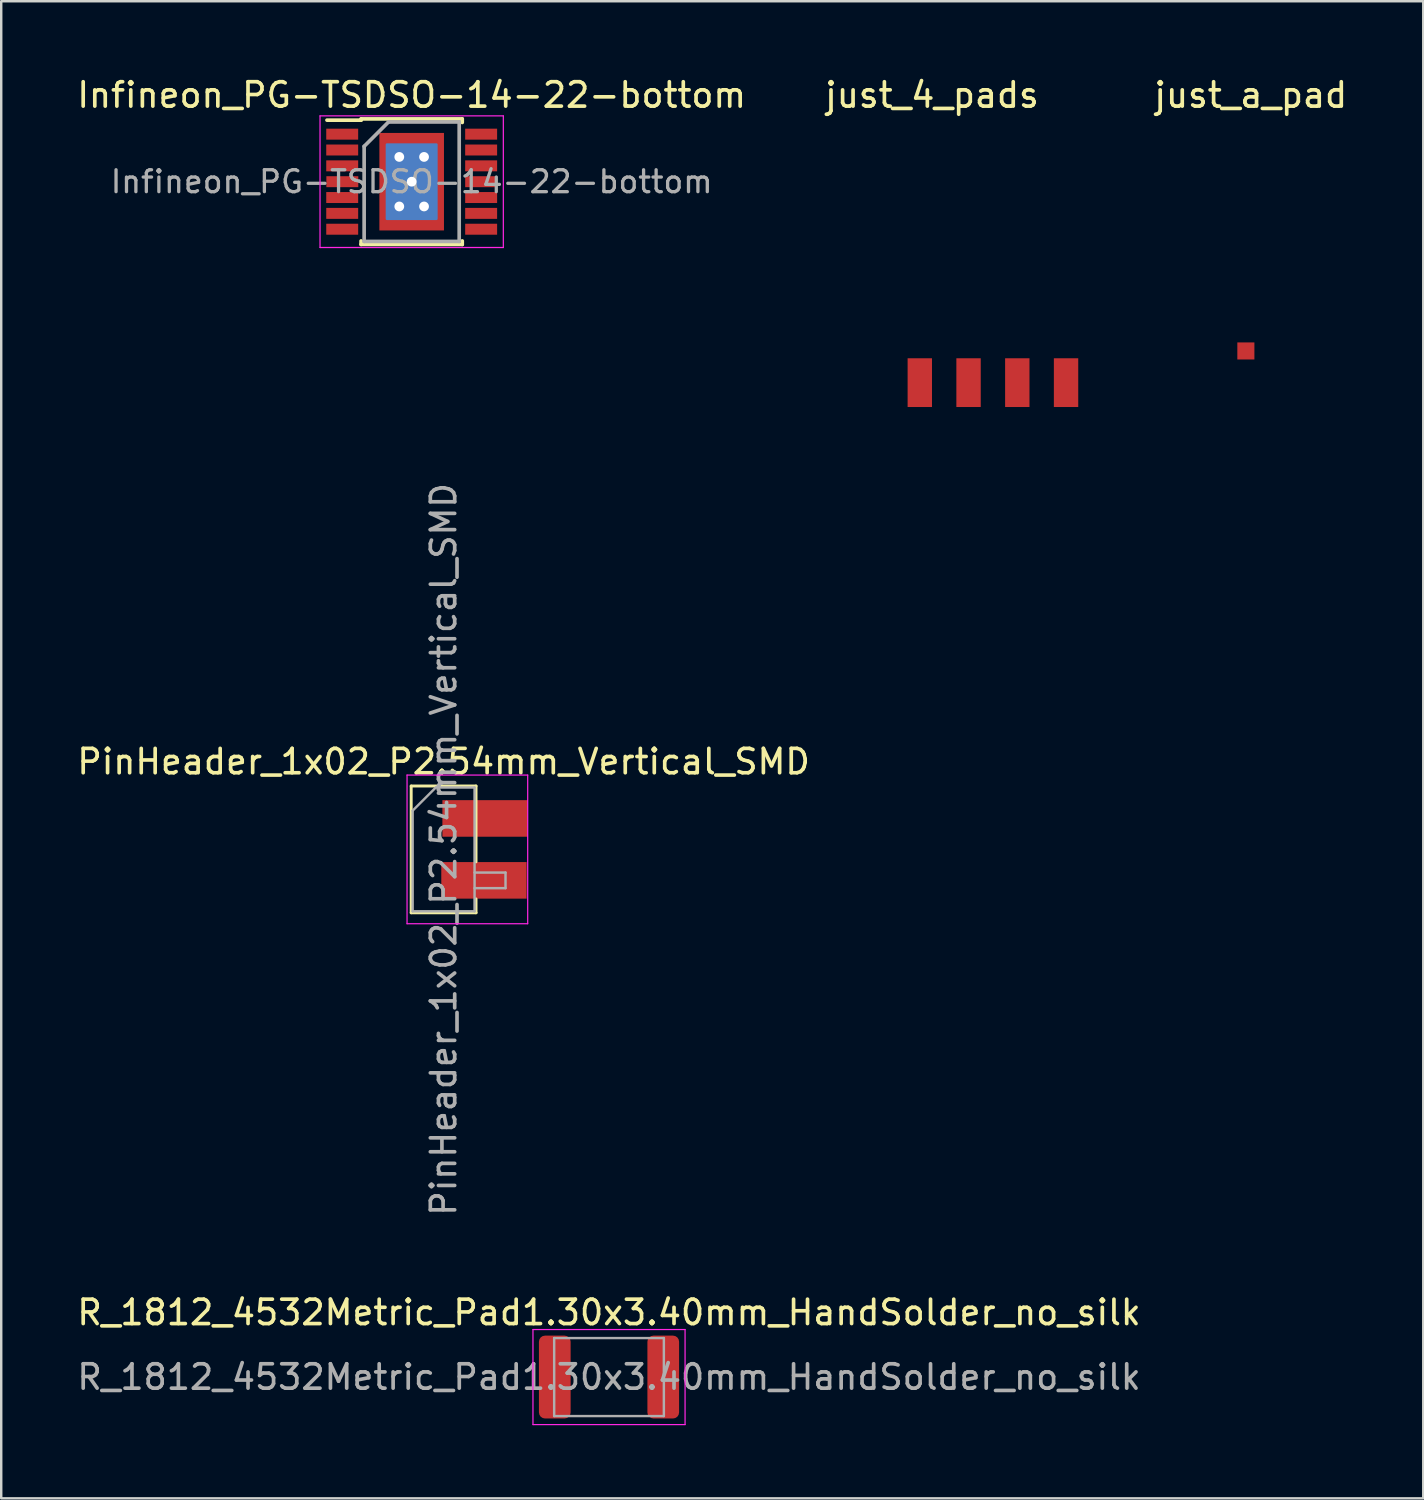
<source format=kicad_pcb>
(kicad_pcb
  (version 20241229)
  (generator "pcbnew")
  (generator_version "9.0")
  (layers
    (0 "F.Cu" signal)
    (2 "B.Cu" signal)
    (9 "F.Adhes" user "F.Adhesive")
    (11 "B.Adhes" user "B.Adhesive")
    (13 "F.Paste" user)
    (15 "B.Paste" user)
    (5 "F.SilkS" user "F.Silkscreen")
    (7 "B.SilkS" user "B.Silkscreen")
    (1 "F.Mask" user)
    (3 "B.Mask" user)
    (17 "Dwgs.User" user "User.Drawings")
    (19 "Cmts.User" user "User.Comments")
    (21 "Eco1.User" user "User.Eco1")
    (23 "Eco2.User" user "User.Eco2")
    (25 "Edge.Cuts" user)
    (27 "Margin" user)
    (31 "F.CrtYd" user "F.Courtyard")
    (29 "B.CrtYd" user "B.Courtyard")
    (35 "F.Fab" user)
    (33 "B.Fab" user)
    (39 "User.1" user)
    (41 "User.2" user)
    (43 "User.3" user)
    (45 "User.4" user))
  (footprint "R_1812_4532Metric_Pad1.30x3.40mm_HandSolder_no_silk"
    (layer "F.Cu")
    (at 21.935 53.444)
    (property "Reference" "R_1812_4532Metric_Pad1.30x3.40mm_HandSolder_no_silk" (at 0 -2.65 0) (layer "F.SilkS") (effects (font (size 1 1) (thickness 0.15))))
    (attr smd)
    (fp_line (start -3.12 -1.95) (end 3.12 -1.95) (stroke (width 0.05) (type solid)) (layer "F.CrtYd"))
    (fp_line (start -3.12 1.95) (end -3.12 -1.95) (stroke (width 0.05) (type solid)) (layer "F.CrtYd"))
    (fp_line (start 3.12 -1.95) (end 3.12 1.95) (stroke (width 0.05) (type solid)) (layer "F.CrtYd"))
    (fp_line (start 3.12 1.95) (end -3.12 1.95) (stroke (width 0.05) (type solid)) (layer "F.CrtYd"))
    (fp_line (start -2.25 -1.6) (end 2.25 -1.6) (stroke (width 0.1) (type solid)) (layer "F.Fab"))
    (fp_line (start -2.25 1.6) (end -2.25 -1.6) (stroke (width 0.1) (type solid)) (layer "F.Fab"))
    (fp_line (start 2.25 -1.6) (end 2.25 1.6) (stroke (width 0.1) (type solid)) (layer "F.Fab"))
    (fp_line (start 2.25 1.6) (end -2.25 1.6) (stroke (width 0.1) (type solid)) (layer "F.Fab"))
    (fp_text user "${REFERENCE}" (at 0 0 0) (layer "F.Fab") (effects (font (size 1 1) (thickness 0.15))))
    (pad "1" smd roundrect (at -2.225 0) (size 1.3 3.4) (layers "F.Cu" "F.Mask" "F.Paste") (roundrect_rratio 0.192))
    (pad "2" smd roundrect (at 2.225 0) (size 1.3 3.4) (layers "F.Cu" "F.Mask" "F.Paste") (roundrect_rratio 0.192)))
  (footprint "just_a_pad"
    (layer "F.Cu")
    (at 48.162 11.148)
    (property "Reference" "just_a_pad" (at 0.1 -10.3 0) (layer "F.SilkS") (effects (font (size 1 1) (thickness 0.15))))
    (attr through_hole)
    (pad "1" smd rect (at -0.1 0.2) (size 0.7 0.7) (layers "F.Cu" "F.Mask" "F.Paste")))
  (footprint "just_4_pads"
    (layer "F.Cu")
    (at 35.185 12.748)
    (property "Reference" "just_4_pads" (at 0 -11.9 0) (layer "F.SilkS") (effects (font (size 1 1) (thickness 0.15))))
    (attr through_hole)
    (pad "1" smd rect (at -0.5 -0.1) (size 1 2) (layers "F.Cu" "F.Mask" "F.Paste"))
    (pad "2" smd rect (at 1.5 -0.1) (size 1 2) (layers "F.Cu" "F.Mask" "F.Paste"))
    (pad "3" smd rect (at 3.5 -0.1) (size 1 2) (layers "F.Cu" "F.Mask" "F.Paste"))
    (pad "4" smd rect (at 5.5 -0.1) (size 1 2) (layers "F.Cu" "F.Mask" "F.Paste")))
  (footprint "PinHeader_1x02_P2.54mm_Vertical_SMD"
    (layer "F.Cu")
    (at 15.149 31.797)
    (property "Reference" "PinHeader_1x02_P2.54mm_Vertical_SMD" (at 0 -3.6 0) (layer "F.SilkS") (effects (font (size 1 1) (thickness 0.15))))
    (attr smd)
    (fp_line (start -1.33 -2.6) (end -1.33 2.6) (stroke (width 0.12) (type solid)) (layer "F.SilkS"))
    (fp_line (start -1.33 -2.6) (end 1.33 -2.6) (stroke (width 0.12) (type solid)) (layer "F.SilkS"))
    (fp_line (start -1.33 2.6) (end 1.33 2.6) (stroke (width 0.12) (type solid)) (layer "F.SilkS"))
    (fp_line (start 1.33 -2.6) (end 1.33 0.51) (stroke (width 0.12) (type solid)) (layer "F.SilkS"))
    (fp_line (start 1.33 2.03) (end 1.33 2.6) (stroke (width 0.12) (type solid)) (layer "F.SilkS"))
    (fp_line (start -1.5 -3.05) (end -1.5 3.05) (stroke (width 0.05) (type solid)) (layer "F.CrtYd"))
    (fp_line (start -1.5 3.05) (end 3.45 3.05) (stroke (width 0.05) (type solid)) (layer "F.CrtYd"))
    (fp_line (start 3.45 -3.05) (end -1.5 -3.05) (stroke (width 0.05) (type solid)) (layer "F.CrtYd"))
    (fp_line (start 3.45 3.05) (end 3.45 -3.05) (stroke (width 0.05) (type solid)) (layer "F.CrtYd"))
    (fp_line (start -1.27 -1.59) (end -0.32 -2.54) (stroke (width 0.1) (type solid)) (layer "F.Fab"))
    (fp_line (start -1.27 2.54) (end -1.27 -1.59) (stroke (width 0.1) (type solid)) (layer "F.Fab"))
    (fp_line (start -0.32 -2.54) (end 1.27 -2.54) (stroke (width 0.1) (type solid)) (layer "F.Fab"))
    (fp_line (start 1.27 -2.54) (end 1.27 2.54) (stroke (width 0.1) (type solid)) (layer "F.Fab"))
    (fp_line (start 1.27 0.95) (end 2.54 0.95) (stroke (width 0.1) (type solid)) (layer "F.Fab"))
    (fp_line (start 1.27 2.54) (end -1.27 2.54) (stroke (width 0.1) (type solid)) (layer "F.Fab"))
    (fp_line (start 2.54 0.95) (end 2.54 1.59) (stroke (width 0.1) (type solid)) (layer "F.Fab"))
    (fp_line (start 2.54 1.59) (end 1.27 1.59) (stroke (width 0.1) (type solid)) (layer "F.Fab"))
    (fp_text user "${REFERENCE}" (at 0 0 90) (layer "F.Fab") (effects (font (size 1 1) (thickness 0.15))))
    (pad "1" smd rect (at 1.7 -1.27) (size 3.5 1.5) (layers "F.Cu" "F.Mask" "F.Paste"))
    (pad "2" smd rect (at 1.655 1.27) (size 3.5 1.5) (layers "F.Cu" "F.Mask" "F.Paste")))
  (footprint "Infineon_PG-TSDSO-14-22-bottom"
    (layer "F.Cu")
    (at 13.839 4.404)
    (property "Reference" "Infineon_PG-TSDSO-14-22-bottom" (at 0 -3.556 0) (layer "F.SilkS") (effects (font (size 1 1) (thickness 0.15))))
    (attr smd)
    (fp_poly (pts (xy 1.016 1.524) (xy -1.016 1.524) (xy -1.016 -1.524) (xy 1.016 -1.524)) (stroke (width 0.1) (type solid)) (fill yes) (layer "B.Cu"))
    (fp_poly (pts (xy 1.016 1.524) (xy -1.016 1.524) (xy -1.016 -1.524) (xy 1.016 -1.524)) (stroke (width 0.1) (type solid)) (fill yes) (layer "B.Mask"))
    (fp_line (start -2.075 -2.575) (end -2.075 -2.525) (stroke (width 0.15) (type solid)) (layer "F.SilkS"))
    (fp_line (start -2.075 -2.575) (end 2.075 -2.575) (stroke (width 0.15) (type solid)) (layer "F.SilkS"))
    (fp_line (start -2.075 -2.525) (end -3.475 -2.525) (stroke (width 0.15) (type solid)) (layer "F.SilkS"))
    (fp_line (start -2.075 2.575) (end -2.075 2.43) (stroke (width 0.15) (type solid)) (layer "F.SilkS"))
    (fp_line (start -2.075 2.575) (end 2.075 2.575) (stroke (width 0.15) (type solid)) (layer "F.SilkS"))
    (fp_line (start 2.075 -2.575) (end 2.075 -2.43) (stroke (width 0.15) (type solid)) (layer "F.SilkS"))
    (fp_line (start 2.075 2.575) (end 2.075 2.43) (stroke (width 0.15) (type solid)) (layer "F.SilkS"))
    (fp_line (start -3.76 -2.7) (end -3.76 2.7) (stroke (width 0.05) (type solid)) (layer "F.CrtYd"))
    (fp_line (start -3.76 -2.7) (end 3.76 -2.7) (stroke (width 0.05) (type solid)) (layer "F.CrtYd"))
    (fp_line (start -3.76 2.7) (end 3.76 2.7) (stroke (width 0.05) (type solid)) (layer "F.CrtYd"))
    (fp_line (start 3.76 -2.7) (end 3.76 2.7) (stroke (width 0.05) (type solid)) (layer "F.CrtYd"))
    (fp_line (start -1.95 -1.45) (end -0.95 -2.45) (stroke (width 0.15) (type solid)) (layer "F.Fab"))
    (fp_line (start -1.95 2.45) (end -1.95 -1.45) (stroke (width 0.15) (type solid)) (layer "F.Fab"))
    (fp_line (start -0.95 -2.45) (end 1.95 -2.45) (stroke (width 0.15) (type solid)) (layer "F.Fab"))
    (fp_line (start 1.95 -2.45) (end 1.95 2.45) (stroke (width 0.15) (type solid)) (layer "F.Fab"))
    (fp_line (start 1.95 2.45) (end -1.95 2.45) (stroke (width 0.15) (type solid)) (layer "F.Fab"))
    (fp_text user "${REFERENCE}" (at 0 0 0) (layer "F.Fab") (effects (font (size 0.9 0.9) (thickness 0.135))))
    (pad "" smd rect (at 0 -1.075) (size 2.65 1.85) (layers "F.Paste"))
    (pad "" smd rect (at 0 1.075) (size 2.65 1.85) (layers "F.Paste"))
    (pad "1" smd rect (at -2.85 -1.95) (size 1.31 0.45) (layers "F.Cu" "F.Mask" "F.Paste"))
    (pad "2" smd rect (at -2.85 -1.3) (size 1.31 0.45) (layers "F.Cu" "F.Mask" "F.Paste"))
    (pad "3" smd rect (at -2.85 -0.65) (size 1.31 0.45) (layers "F.Cu" "F.Mask" "F.Paste"))
    (pad "4" smd rect (at -2.845 0) (size 1.31 0.45) (layers "F.Cu" "F.Mask" "F.Paste"))
    (pad "5" smd rect (at -2.85 0.65) (size 1.31 0.45) (layers "F.Cu" "F.Mask" "F.Paste"))
    (pad "6" smd rect (at -2.85 1.3) (size 1.31 0.45) (layers "F.Cu" "F.Mask" "F.Paste"))
    (pad "7" smd rect (at -2.85 1.95) (size 1.31 0.45) (layers "F.Cu" "F.Mask" "F.Paste"))
    (pad "8" smd rect (at 2.85 1.95) (size 1.31 0.45) (layers "F.Cu" "F.Mask" "F.Paste"))
    (pad "9" smd rect (at 2.85 1.3) (size 1.31 0.45) (layers "F.Cu" "F.Mask" "F.Paste"))
    (pad "10" smd rect (at 2.85 0.65) (size 1.31 0.45) (layers "F.Cu" "F.Mask" "F.Paste"))
    (pad "11" smd rect (at 2.85 0) (size 1.31 0.45) (layers "F.Cu" "F.Mask" "F.Paste"))
    (pad "12" smd rect (at 2.85 -0.65) (size 1.31 0.45) (layers "F.Cu" "F.Mask" "F.Paste"))
    (pad "13" smd rect (at 2.85 -1.3) (size 1.31 0.45) (layers "F.Cu" "F.Mask" "F.Paste"))
    (pad "14" smd rect (at 2.85 -1.95) (size 1.31 0.45) (layers "F.Cu" "F.Mask" "F.Paste"))
    (pad "15" thru_hole circle (at -0.508 -1.016) (size 0.8 0.8) (drill 0.4) (layers "*.Cu" "*.Mask"))
    (pad "15" thru_hole circle (at -0.508 1.016) (size 0.8 0.8) (drill 0.4) (layers "*.Cu" "*.Mask"))
    (pad "15" thru_hole circle (at 0 0) (size 0.8 0.8) (drill 0.4) (layers "*.Cu" "*.Mask"))
    (pad "15" smd rect (at 0 0) (size 2.65 4) (layers "F.Cu" "F.Mask"))
    (pad "15" thru_hole circle (at 0.508 -1.016) (size 0.8 0.8) (drill 0.4) (layers "*.Cu" "*.Mask"))
    (pad "15" thru_hole circle (at 0.508 1.016) (size 0.8 0.8) (drill 0.4) (layers "*.Cu" "*.Mask")))
  (gr_rect
    (start -3 -3)
    (end 55.339 58.419)
    (stroke (width 0.1) (type default))
    (fill no)
    (layer "Edge.Cuts")))
</source>
